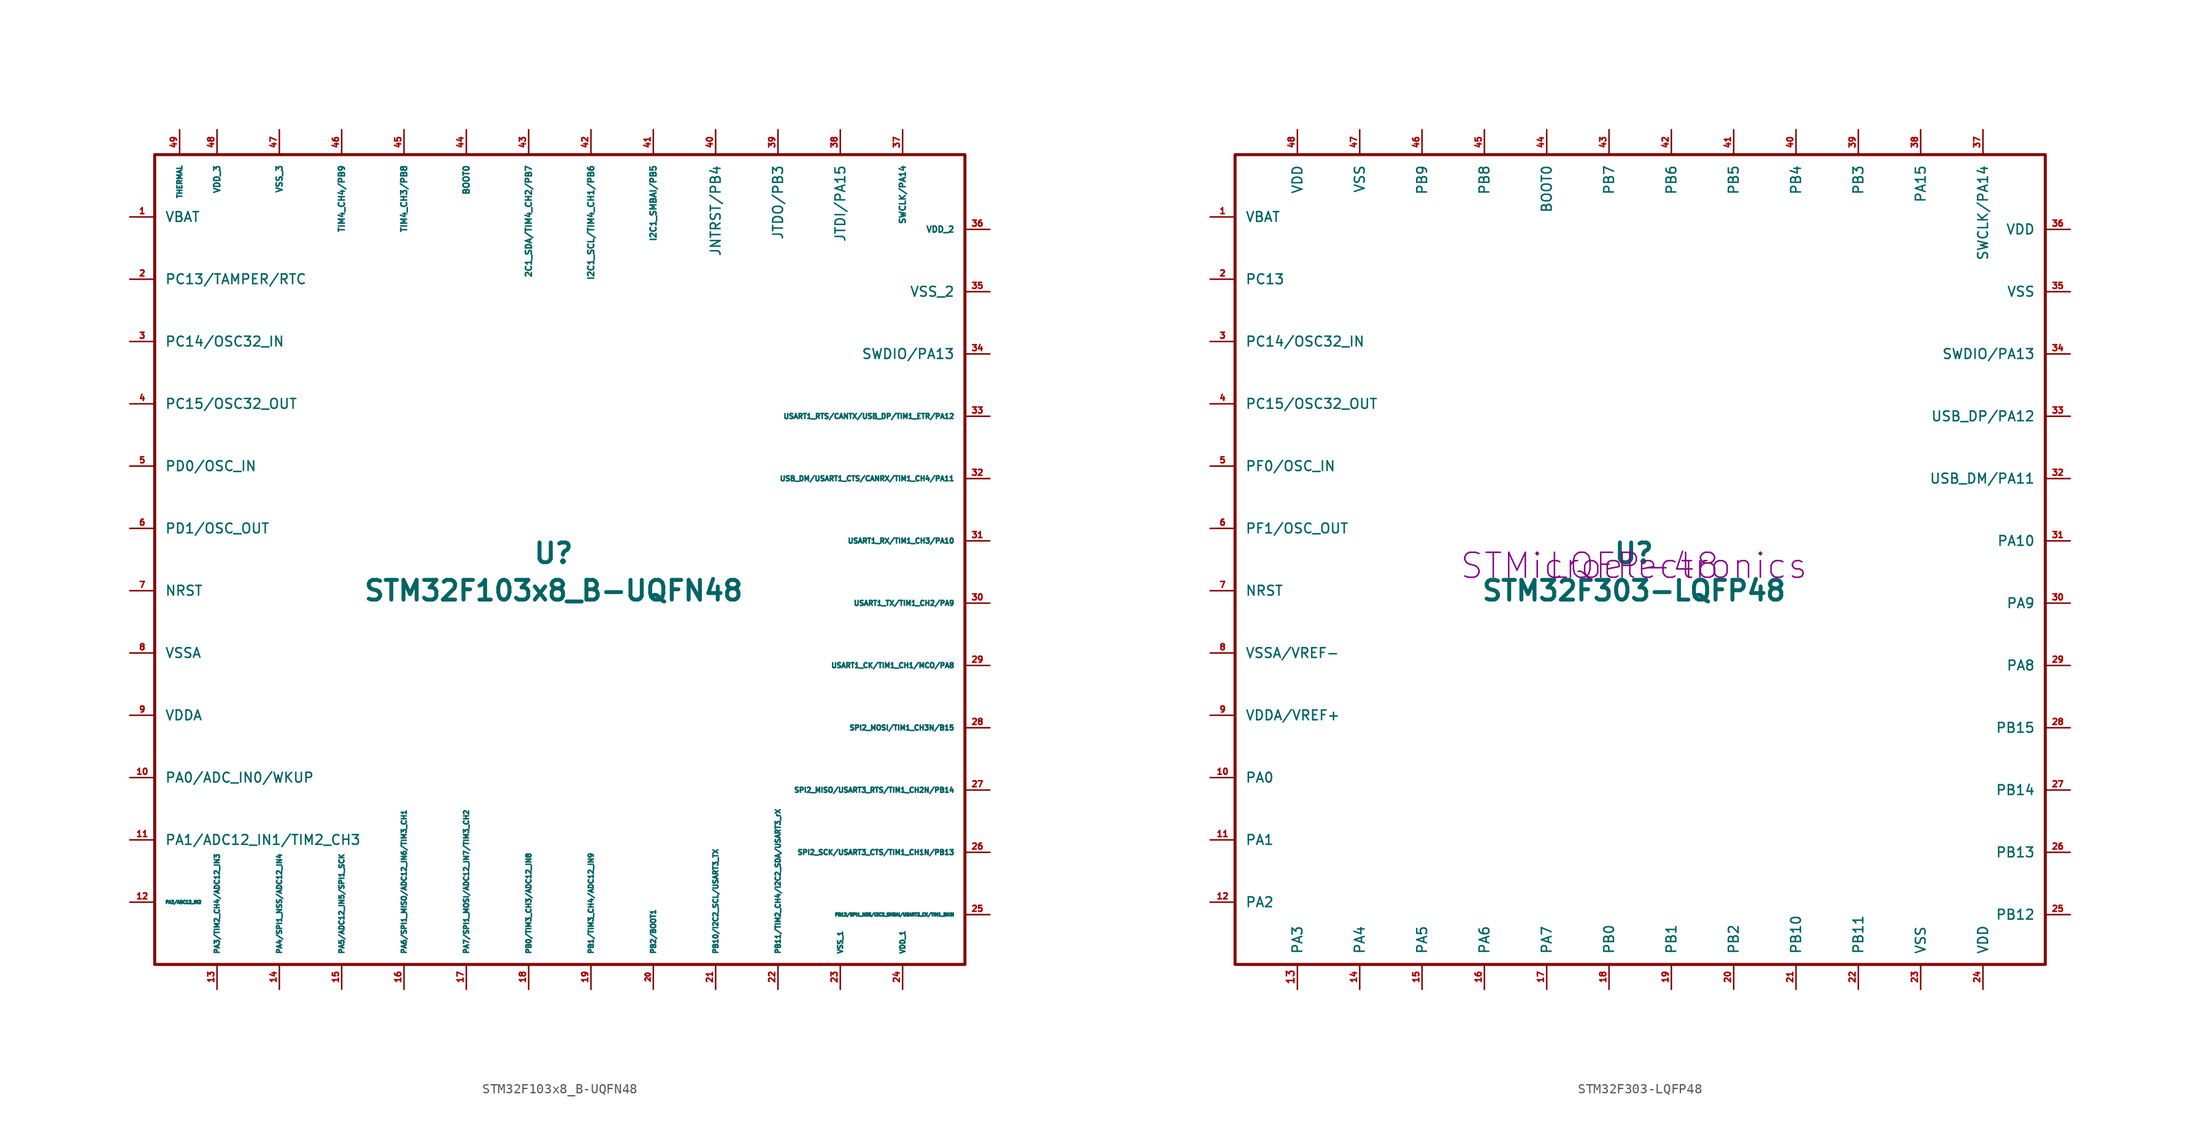
<source format=kicad_sym>
(kicad_symbol_lib
  (version 20201005)
  (generator kicad_symbol_editor)
  (symbol "acheronSymbols:STM32F103x8_B-UQFN48"
    (pin_names
      (offset 1.016))
    (property "Reference" "U"
      (at 0 1.27 0)
      (effects (font (size 2.007 2.007) bold)))
    (property "Value" "STM32F103x8_B-UQFN48"
      (at 0 -2.54 0)
      (effects (font (size 2.007 2.007) bold)))
    (symbol "STM32F103x8_B-UQFN48_0_1"
      (rectangle (start 41.91 41.91) (end -40.64 -40.64) (stroke (width 0.305)) (fill (type none))))
    (symbol "STM32F103x8_B-UQFN48_1_1"
      (pin power_in line (at -43.18 35.56 0) (length 2.54) (name "VBAT" (effects (font (size 0.991 0.991)))) (number "1" (effects (font (size 0.61 0.61)))))
      (pin bidirectional line (at -43.18 -21.59 0) (length 2.54) (name "PA0/ADC_IN0/WKUP" (effects (font (size 0.991 0.991)))) (number "10" (effects (font (size 0.61 0.61)))))
      (pin bidirectional line (at -43.18 -27.94 0) (length 2.54) (name "PA1/ADC12_IN1/TIM2_CH3" (effects (font (size 0.991 0.991)))) (number "11" (effects (font (size 0.61 0.61)))))
      (pin bidirectional line (at -43.18 -34.29 0) (length 2.54) (name "PA2/ADC12_IN2" (effects (font (size 0.305 0.305)))) (number "12" (effects (font (size 0.61 0.61)))))
      (pin bidirectional line (at -34.29 -43.18 90) (length 2.54) (name "PA3/TIM2_CH4/ADC12_IN3" (effects (font (size 0.508 0.508)))) (number "13" (effects (font (size 0.61 0.61)))))
      (pin bidirectional line (at -27.94 -43.18 90) (length 2.54) (name "PA4/SPI1_NSS/ADC12_IN4" (effects (font (size 0.508 0.508)))) (number "14" (effects (font (size 0.61 0.61)))))
      (pin bidirectional line (at -21.59 -43.18 90) (length 2.54) (name "PA5/ADC12_IN5/SPI1_SCK" (effects (font (size 0.508 0.508)))) (number "15" (effects (font (size 0.61 0.61)))))
      (pin bidirectional line (at -15.24 -43.18 90) (length 2.54) (name "PA6/SPI1_MISO/ADC12_IN6/TIM3_CH1" (effects (font (size 0.508 0.508)))) (number "16" (effects (font (size 0.61 0.61)))))
      (pin bidirectional line (at -8.89 -43.18 90) (length 2.54) (name "PA7/SPI1_MOSI/ADC12_IN7/TIM3_CH2" (effects (font (size 0.508 0.508)))) (number "17" (effects (font (size 0.61 0.61)))))
      (pin bidirectional line (at -2.54 -43.18 90) (length 2.54) (name "PB0/TIM3_CH3/ADC12_IN8" (effects (font (size 0.508 0.508)))) (number "18" (effects (font (size 0.61 0.61)))))
      (pin bidirectional line (at 3.81 -43.18 90) (length 2.54) (name "PB1/TIM3_CH4/ADC12_IN9" (effects (font (size 0.508 0.508)))) (number "19" (effects (font (size 0.61 0.61)))))
      (pin bidirectional line (at -43.18 29.21 0) (length 2.54) (name "PC13/TAMPER/RTC" (effects (font (size 0.991 0.991)))) (number "2" (effects (font (size 0.61 0.61)))))
      (pin bidirectional line (at 10.16 -43.18 90) (length 2.54) (name "PB2/BOOT1" (effects (font (size 0.508 0.508)))) (number "20" (effects (font (size 0.508 0.508)))))
      (pin bidirectional line (at 16.51 -43.18 90) (length 2.54) (name "PB10/I2C2_SCL/USART3_TX" (effects (font (size 0.508 0.508)))) (number "21" (effects (font (size 0.61 0.61)))))
      (pin bidirectional line (at 22.86 -43.18 90) (length 2.54) (name "PB11/TIM2_CH4/I2C2_SDA/USART3_rX" (effects (font (size 0.508 0.508)))) (number "22" (effects (font (size 0.61 0.61)))))
      (pin power_in line (at 29.21 -43.18 90) (length 2.54) (name "VSS_1" (effects (font (size 0.508 0.508)))) (number "23" (effects (font (size 0.61 0.61)))))
      (pin power_in line (at 35.56 -43.18 90) (length 2.54) (name "VDD_1" (effects (font (size 0.508 0.508)))) (number "24" (effects (font (size 0.61 0.61)))))
      (pin bidirectional line (at 44.45 -35.56 180) (length 2.54) (name "PB12/SPI1_NSS/I2C2_SMBAI/USART3_CK/TIM1_BKIN" (effects (font (size 0.305 0.305)))) (number "25" (effects (font (size 0.61 0.61)))))
      (pin bidirectional line (at 44.45 -29.21 180) (length 2.54) (name "SPI2_SCK/USART3_CTS/TIM1_CH1N/PB13" (effects (font (size 0.508 0.508)))) (number "26" (effects (font (size 0.61 0.61)))))
      (pin bidirectional line (at 44.45 -22.86 180) (length 2.54) (name "SPI2_MISO/USART3_RTS/TIM1_CH2N/PB14" (effects (font (size 0.508 0.508)))) (number "27" (effects (font (size 0.61 0.61)))))
      (pin bidirectional line (at 44.45 -16.51 180) (length 2.54) (name "SPI2_MOSI/TIM1_CH3N/B15" (effects (font (size 0.508 0.508)))) (number "28" (effects (font (size 0.61 0.61)))))
      (pin bidirectional line (at 44.45 -10.16 180) (length 2.54) (name "USART1_CK/TIM1_CH1/MCO/PA8" (effects (font (size 0.508 0.508)))) (number "29" (effects (font (size 0.61 0.61)))))
      (pin bidirectional line (at -43.18 22.86 0) (length 2.54) (name "PC14/OSC32_IN" (effects (font (size 0.991 0.991)))) (number "3" (effects (font (size 0.61 0.61)))))
      (pin bidirectional line (at 44.45 -3.81 180) (length 2.54) (name "USART1_TX/TIM1_CH2/PA9" (effects (font (size 0.508 0.508)))) (number "30" (effects (font (size 0.61 0.61)))))
      (pin bidirectional line (at 44.45 2.54 180) (length 2.54) (name "USART1_RX/TIM1_CH3/PA10" (effects (font (size 0.508 0.508)))) (number "31" (effects (font (size 0.61 0.61)))))
      (pin bidirectional line (at 44.45 8.89 180) (length 2.54) (name "USB_DM/USART1_CTS/CANRX/TIM1_CH4/PA11" (effects (font (size 0.508 0.508)))) (number "32" (effects (font (size 0.61 0.61)))))
      (pin bidirectional line (at 44.45 15.24 180) (length 2.54) (name "USART1_RTS/CANTX/USB_DP/TIM1_ETR/PA12" (effects (font (size 0.508 0.508)))) (number "33" (effects (font (size 0.61 0.61)))))
      (pin bidirectional line (at 44.45 21.59 180) (length 2.54) (name "SWDIO/PA13" (effects (font (size 0.991 0.991)))) (number "34" (effects (font (size 0.61 0.61)))))
      (pin power_in line (at 44.45 27.94 180) (length 2.54) (name "VSS_2" (effects (font (size 0.991 0.991)))) (number "35" (effects (font (size 0.61 0.61)))))
      (pin power_in line (at 44.45 34.29 180) (length 2.54) (name "VDD_2" (effects (font (size 0.61 0.61)))) (number "36" (effects (font (size 0.61 0.61)))))
      (pin bidirectional line (at 35.56 44.45 270) (length 2.54) (name "SWCLK/PA14" (effects (font (size 0.61 0.61)))) (number "37" (effects (font (size 0.61 0.61)))))
      (pin bidirectional line (at 29.21 44.45 270) (length 2.54) (name "JTDI/PA15" (effects (font (size 0.991 0.991)))) (number "38" (effects (font (size 0.61 0.61)))))
      (pin bidirectional line (at 22.86 44.45 270) (length 2.54) (name "JTDO/PB3" (effects (font (size 0.991 0.991)))) (number "39" (effects (font (size 0.61 0.61)))))
      (pin bidirectional line (at -43.18 16.51 0) (length 2.54) (name "PC15/OSC32_OUT" (effects (font (size 0.991 0.991)))) (number "4" (effects (font (size 0.61 0.61)))))
      (pin bidirectional line (at 16.51 44.45 270) (length 2.54) (name "JNTRST/PB4" (effects (font (size 0.991 0.991)))) (number "40" (effects (font (size 0.61 0.61)))))
      (pin bidirectional line (at 10.16 44.45 270) (length 2.54) (name "I2C1_SMBAI/PB5" (effects (font (size 0.61 0.61)))) (number "41" (effects (font (size 0.61 0.61)))))
      (pin bidirectional line (at 3.81 44.45 270) (length 2.54) (name "I2C1_SCL/TIM4_CH1/PB6" (effects (font (size 0.61 0.61)))) (number "42" (effects (font (size 0.61 0.61)))))
      (pin bidirectional line (at -2.54 44.45 270) (length 2.54) (name "2C1_SDA/TIM4_CH2/PB7" (effects (font (size 0.61 0.61)))) (number "43" (effects (font (size 0.61 0.61)))))
      (pin output line (at -8.89 44.45 270) (length 2.54) (name "BOOT0" (effects (font (size 0.61 0.61)))) (number "44" (effects (font (size 0.61 0.61)))))
      (pin bidirectional line (at -15.24 44.45 270) (length 2.54) (name "TIM4_CH3/PB8" (effects (font (size 0.61 0.61)))) (number "45" (effects (font (size 0.61 0.61)))))
      (pin input line (at -21.59 44.45 270) (length 2.54) (name "TIM4_CH4/PB9" (effects (font (size 0.61 0.61)))) (number "46" (effects (font (size 0.61 0.61)))))
      (pin input line (at -27.94 44.45 270) (length 2.54) (name "VSS_3" (effects (font (size 0.61 0.61)))) (number "47" (effects (font (size 0.61 0.61)))))
      (pin input line (at -34.29 44.45 270) (length 2.54) (name "VDD_3" (effects (font (size 0.61 0.61)))) (number "48" (effects (font (size 0.61 0.61)))))
      (pin input line (at -38.1 44.45 270) (length 2.54) (name "THERMAL" (effects (font (size 0.508 0.508)))) (number "49" (effects (font (size 0.61 0.61)))))
      (pin bidirectional line (at -43.18 10.16 0) (length 2.54) (name "PD0/OSC_IN" (effects (font (size 0.991 0.991)))) (number "5" (effects (font (size 0.61 0.61)))))
      (pin bidirectional line (at -43.18 3.81 0) (length 2.54) (name "PD1/OSC_OUT" (effects (font (size 0.991 0.991)))) (number "6" (effects (font (size 0.61 0.61)))))
      (pin input line (at -43.18 -2.54 0) (length 2.54) (name "NRST" (effects (font (size 0.991 0.991)))) (number "7" (effects (font (size 0.61 0.61)))))
      (pin power_in line (at -43.18 -8.89 0) (length 2.54) (name "VSSA" (effects (font (size 0.991 0.991)))) (number "8" (effects (font (size 0.61 0.61)))))
      (pin power_in line (at -43.18 -15.24 0) (length 2.54) (name "VDDA" (effects (font (size 0.991 0.991)))) (number "9" (effects (font (size 0.61 0.61)))))))
  (symbol "acheronSymbols:STM32F303-LQFP48"
    (pin_names
      (offset 1.016))
    (property "Reference" "U"
      (at 0 1.27 0)
      (effects (font (size 2.007 2.007) bold)))
    (property "Value" "STM32F303-LQFP48"
      (at 0 -2.54 0)
      (effects (font (size 2.007 2.007) bold)))
    (property "Manufacturer" "STMicroelectronics"
      (at 0 0 0)
      (effects (font (size 2.54 2.54))))
    (property "Package" "LQFP-48"
      (at 0 0 0)
      (effects (font (size 2.54 2.54))))
    (symbol "STM32F303-LQFP48_0_1"
      (rectangle (start 41.91 41.91) (end -40.64 -40.64) (stroke (width 0.305)) (fill (type none))))
    (symbol "STM32F303-LQFP48_1_1"
      (pin power_in line (at -43.18 35.56 0) (length 2.54) (name "VBAT" (effects (font (size 0.991 0.991)))) (number "1" (effects (font (size 0.61 0.61)))))
      (pin bidirectional line (at -43.18 -21.59 0) (length 2.54) (name "PA0" (effects (font (size 0.991 0.991)))) (number "10" (effects (font (size 0.61 0.61)))))
      (pin bidirectional line (at -43.18 -27.94 0) (length 2.54) (name "PA1" (effects (font (size 0.991 0.991)))) (number "11" (effects (font (size 0.61 0.61)))))
      (pin bidirectional line (at -43.18 -34.29 0) (length 2.54) (name "PA2" (effects (font (size 0.991 0.991)))) (number "12" (effects (font (size 0.61 0.61)))))
      (pin bidirectional line (at -34.29 -43.18 90) (length 2.54) (name "PA3" (effects (font (size 0.991 0.991)))) (number "13" (effects (font (size 0.762 0.762)))))
      (pin bidirectional line (at -27.94 -43.18 90) (length 2.54) (name "PA4" (effects (font (size 0.991 0.991)))) (number "14" (effects (font (size 0.61 0.61)))))
      (pin bidirectional line (at -21.59 -43.18 90) (length 2.54) (name "PA5" (effects (font (size 0.991 0.991)))) (number "15" (effects (font (size 0.61 0.61)))))
      (pin bidirectional line (at -15.24 -43.18 90) (length 2.54) (name "PA6" (effects (font (size 0.991 0.991)))) (number "16" (effects (font (size 0.61 0.61)))))
      (pin bidirectional line (at -8.89 -43.18 90) (length 2.54) (name "PA7" (effects (font (size 0.991 0.991)))) (number "17" (effects (font (size 0.61 0.61)))))
      (pin bidirectional line (at -2.54 -43.18 90) (length 2.54) (name "PB0" (effects (font (size 0.991 0.991)))) (number "18" (effects (font (size 0.61 0.61)))))
      (pin bidirectional line (at 3.81 -43.18 90) (length 2.54) (name "PB1" (effects (font (size 0.991 0.991)))) (number "19" (effects (font (size 0.61 0.61)))))
      (pin bidirectional line (at -43.18 29.21 0) (length 2.54) (name "PC13" (effects (font (size 0.991 0.991)))) (number "2" (effects (font (size 0.61 0.61)))))
      (pin bidirectional line (at 10.16 -43.18 90) (length 2.54) (name "PB2" (effects (font (size 0.991 0.991)))) (number "20" (effects (font (size 0.61 0.61)))))
      (pin bidirectional line (at 16.51 -43.18 90) (length 2.54) (name "PB10" (effects (font (size 0.991 0.991)))) (number "21" (effects (font (size 0.61 0.61)))))
      (pin bidirectional line (at 22.86 -43.18 90) (length 2.54) (name "PB11" (effects (font (size 0.991 0.991)))) (number "22" (effects (font (size 0.61 0.61)))))
      (pin power_in line (at 29.21 -43.18 90) (length 2.54) (name "VSS" (effects (font (size 0.991 0.991)))) (number "23" (effects (font (size 0.61 0.61)))))
      (pin power_in line (at 35.56 -43.18 90) (length 2.54) (name "VDD" (effects (font (size 0.991 0.991)))) (number "24" (effects (font (size 0.61 0.61)))))
      (pin bidirectional line (at 44.45 -35.56 180) (length 2.54) (name "PB12" (effects (font (size 0.991 0.991)))) (number "25" (effects (font (size 0.61 0.61)))))
      (pin bidirectional line (at 44.45 -29.21 180) (length 2.54) (name "PB13" (effects (font (size 0.991 0.991)))) (number "26" (effects (font (size 0.61 0.61)))))
      (pin bidirectional line (at 44.45 -22.86 180) (length 2.54) (name "PB14" (effects (font (size 0.991 0.991)))) (number "27" (effects (font (size 0.61 0.61)))))
      (pin bidirectional line (at 44.45 -16.51 180) (length 2.54) (name "PB15" (effects (font (size 0.991 0.991)))) (number "28" (effects (font (size 0.61 0.61)))))
      (pin bidirectional line (at 44.45 -10.16 180) (length 2.54) (name "PA8" (effects (font (size 0.991 0.991)))) (number "29" (effects (font (size 0.61 0.61)))))
      (pin bidirectional line (at -43.18 22.86 0) (length 2.54) (name "PC14/OSC32_IN" (effects (font (size 0.991 0.991)))) (number "3" (effects (font (size 0.61 0.61)))))
      (pin bidirectional line (at 44.45 -3.81 180) (length 2.54) (name "PA9" (effects (font (size 0.991 0.991)))) (number "30" (effects (font (size 0.61 0.61)))))
      (pin bidirectional line (at 44.45 2.54 180) (length 2.54) (name "PA10" (effects (font (size 0.991 0.991)))) (number "31" (effects (font (size 0.61 0.61)))))
      (pin bidirectional line (at 44.45 8.89 180) (length 2.54) (name "USB_DM/PA11" (effects (font (size 0.991 0.991)))) (number "32" (effects (font (size 0.61 0.61)))))
      (pin bidirectional line (at 44.45 15.24 180) (length 2.54) (name "USB_DP/PA12" (effects (font (size 0.991 0.991)))) (number "33" (effects (font (size 0.61 0.61)))))
      (pin bidirectional line (at 44.45 21.59 180) (length 2.54) (name "SWDIO/PA13" (effects (font (size 0.991 0.991)))) (number "34" (effects (font (size 0.61 0.61)))))
      (pin power_in line (at 44.45 27.94 180) (length 2.54) (name "VSS" (effects (font (size 0.991 0.991)))) (number "35" (effects (font (size 0.61 0.61)))))
      (pin power_in line (at 44.45 34.29 180) (length 2.54) (name "VDD" (effects (font (size 0.991 0.991)))) (number "36" (effects (font (size 0.61 0.61)))))
      (pin bidirectional line (at 35.56 44.45 270) (length 2.54) (name "SWCLK/PA14" (effects (font (size 0.991 0.991)))) (number "37" (effects (font (size 0.61 0.61)))))
      (pin bidirectional line (at 29.21 44.45 270) (length 2.54) (name "PA15" (effects (font (size 0.991 0.991)))) (number "38" (effects (font (size 0.61 0.61)))))
      (pin bidirectional line (at 22.86 44.45 270) (length 2.54) (name "PB3" (effects (font (size 0.991 0.991)))) (number "39" (effects (font (size 0.61 0.61)))))
      (pin bidirectional line (at -43.18 16.51 0) (length 2.54) (name "PC15/OSC32_OUT" (effects (font (size 0.991 0.991)))) (number "4" (effects (font (size 0.61 0.61)))))
      (pin bidirectional line (at 16.51 44.45 270) (length 2.54) (name "PB4" (effects (font (size 0.991 0.991)))) (number "40" (effects (font (size 0.61 0.61)))))
      (pin bidirectional line (at 10.16 44.45 270) (length 2.54) (name "PB5" (effects (font (size 0.991 0.991)))) (number "41" (effects (font (size 0.61 0.61)))))
      (pin bidirectional line (at 3.81 44.45 270) (length 2.54) (name "PB6" (effects (font (size 0.991 0.991)))) (number "42" (effects (font (size 0.61 0.61)))))
      (pin bidirectional line (at -2.54 44.45 270) (length 2.54) (name "PB7" (effects (font (size 0.991 0.991)))) (number "43" (effects (font (size 0.61 0.61)))))
      (pin output line (at -8.89 44.45 270) (length 2.54) (name "BOOT0" (effects (font (size 0.991 0.991)))) (number "44" (effects (font (size 0.61 0.61)))))
      (pin bidirectional line (at -15.24 44.45 270) (length 2.54) (name "PB8" (effects (font (size 0.991 0.991)))) (number "45" (effects (font (size 0.61 0.61)))))
      (pin input line (at -21.59 44.45 270) (length 2.54) (name "PB9" (effects (font (size 0.991 0.991)))) (number "46" (effects (font (size 0.61 0.61)))))
      (pin input line (at -27.94 44.45 270) (length 2.54) (name "VSS" (effects (font (size 0.991 0.991)))) (number "47" (effects (font (size 0.61 0.61)))))
      (pin input line (at -34.29 44.45 270) (length 2.54) (name "VDD" (effects (font (size 0.991 0.991)))) (number "48" (effects (font (size 0.61 0.61)))))
      (pin bidirectional line (at -43.18 10.16 0) (length 2.54) (name "PF0/OSC_IN" (effects (font (size 0.991 0.991)))) (number "5" (effects (font (size 0.61 0.61)))))
      (pin bidirectional line (at -43.18 3.81 0) (length 2.54) (name "PF1/OSC_OUT" (effects (font (size 0.991 0.991)))) (number "6" (effects (font (size 0.61 0.61)))))
      (pin input line (at -43.18 -2.54 0) (length 2.54) (name "NRST" (effects (font (size 0.991 0.991)))) (number "7" (effects (font (size 0.61 0.61)))))
      (pin power_in line (at -43.18 -8.89 0) (length 2.54) (name "VSSA/VREF-" (effects (font (size 0.991 0.991)))) (number "8" (effects (font (size 0.61 0.61)))))
      (pin power_in line (at -43.18 -15.24 0) (length 2.54) (name "VDDA/VREF+" (effects (font (size 0.991 0.991)))) (number "9" (effects (font (size 0.61 0.61))))))))
</source>
